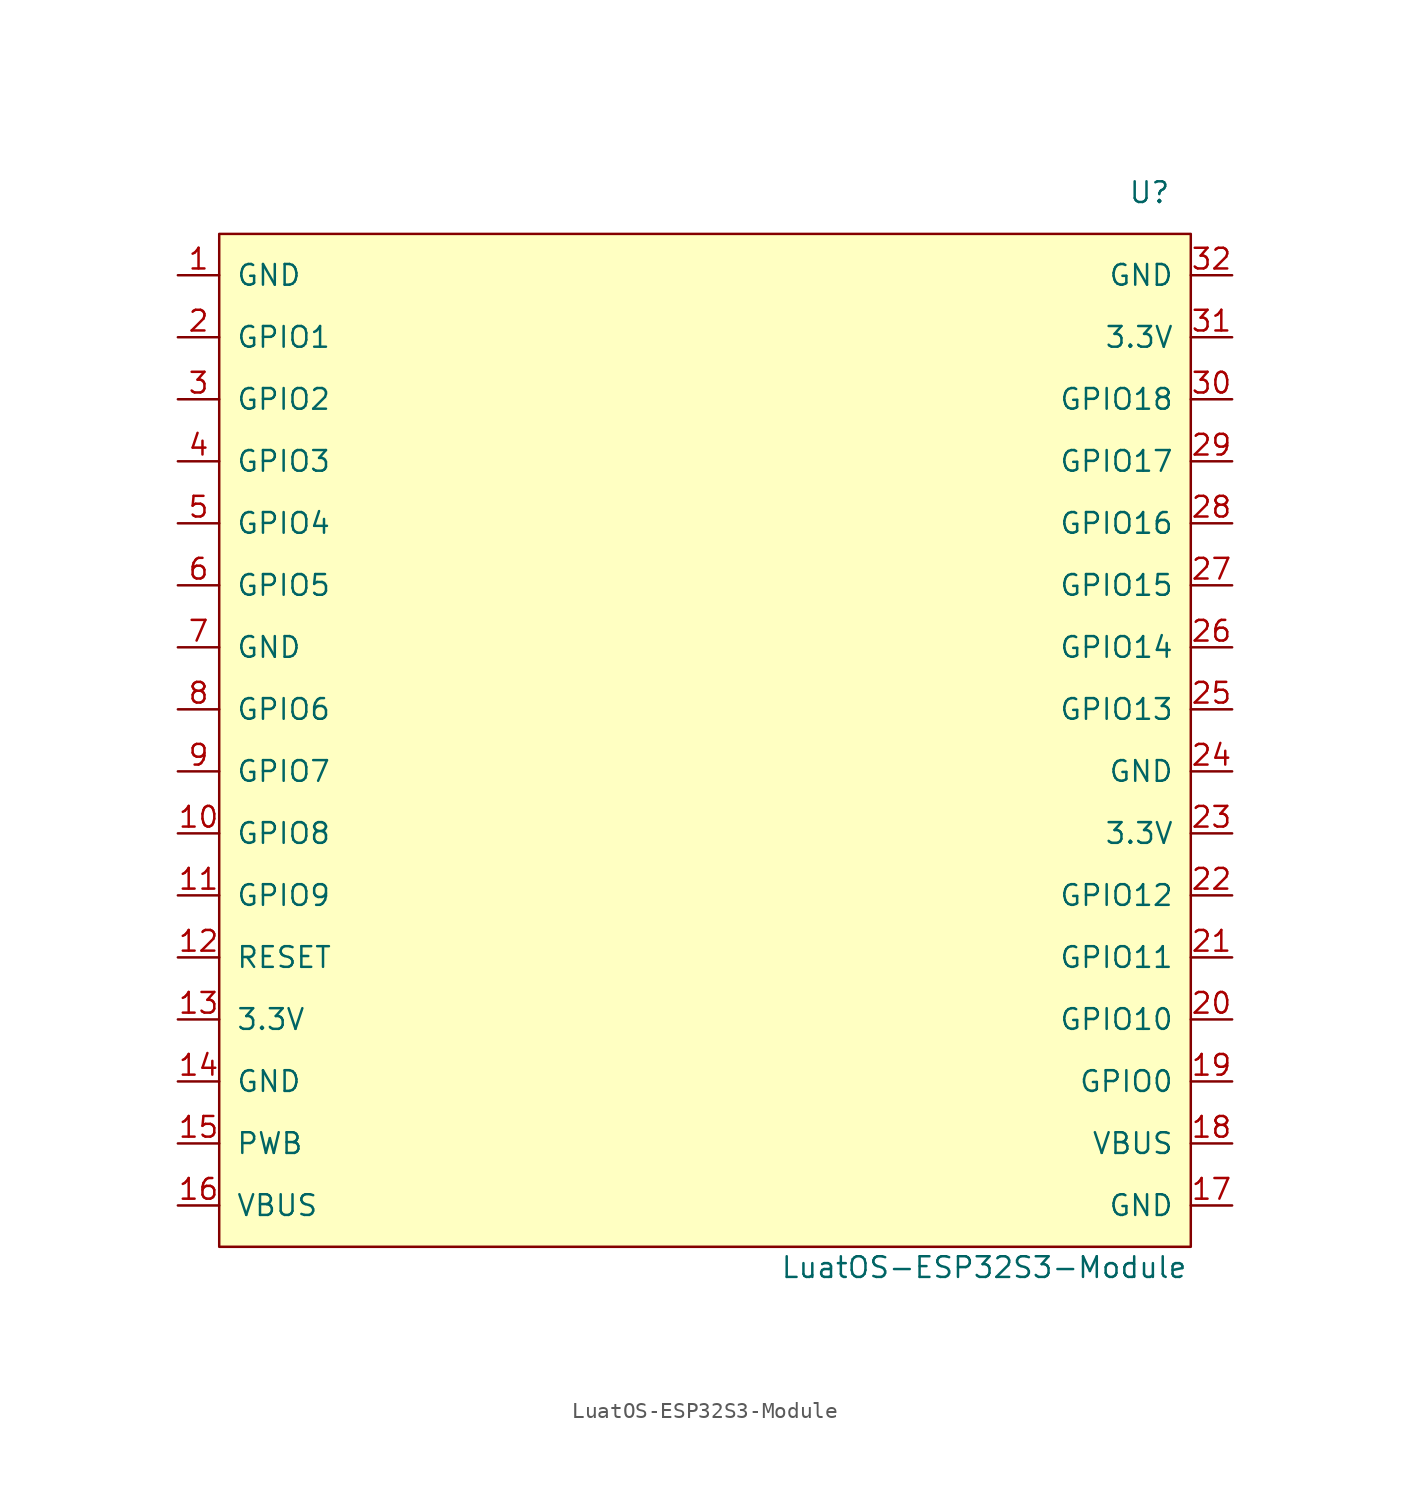
<source format=kicad_sym>
(kicad_symbol_lib
  (version 20211014)
  (generator kicad_symbol_editor)
  (symbol "LuatOS-ESP32S3-Module"
    (pin_names
      (offset 1.016))
    (property "Reference" "U"
      (at 27.305 33.655 0)
      (effects (font (size 1.27 1.27))))
    (property "Value" "LuatOS-ESP32S3-Module"
      (at 17.145 -32.385 0)
      (effects (font (size 1.27 1.27))))
    (symbol "LuatOS-ESP32S3-Module_0_1"
      (rectangle (start -29.845 31.115) (end 29.845 -31.115) (stroke (width 0) (type default) (color 0 0 0 0)) (fill (type background))))
    (symbol "LuatOS-ESP32S3-Module_1_1"
      (pin power_in line (at -32.385 28.575 0) (length 2.54) (name "GND" (effects (font (size 1.27 1.27)))) (number "1" (effects (font (size 1.27 1.27)))))
      (pin bidirectional line (at -32.385 -5.715 0) (length 2.54) (name "GPIO8" (effects (font (size 1.27 1.27)))) (number "10" (effects (font (size 1.27 1.27)))))
      (pin bidirectional line (at -32.385 -9.525 0) (length 2.54) (name "GPIO9" (effects (font (size 1.27 1.27)))) (number "11" (effects (font (size 1.27 1.27)))))
      (pin bidirectional line (at -32.385 -13.335 0) (length 2.54) (name "RESET" (effects (font (size 1.27 1.27)))) (number "12" (effects (font (size 1.27 1.27)))))
      (pin power_in line (at -32.385 -17.145 0) (length 2.54) (name "3.3V" (effects (font (size 1.27 1.27)))) (number "13" (effects (font (size 1.27 1.27)))))
      (pin power_in line (at -32.385 -20.955 0) (length 2.54) (name "GND" (effects (font (size 1.27 1.27)))) (number "14" (effects (font (size 1.27 1.27)))))
      (pin bidirectional line (at -32.385 -24.765 0) (length 2.54) (name "PWB" (effects (font (size 1.27 1.27)))) (number "15" (effects (font (size 1.27 1.27)))))
      (pin power_out line (at -32.385 -28.575 0) (length 2.54) (name "VBUS" (effects (font (size 1.27 1.27)))) (number "16" (effects (font (size 1.27 1.27)))))
      (pin power_in line (at 32.385 -28.575 180) (length 2.54) (name "GND" (effects (font (size 1.27 1.27)))) (number "17" (effects (font (size 1.27 1.27)))))
      (pin power_out line (at 32.385 -24.765 180) (length 2.54) (name "VBUS" (effects (font (size 1.27 1.27)))) (number "18" (effects (font (size 1.27 1.27)))))
      (pin bidirectional line (at 32.385 -20.955 180) (length 2.54) (name "GPIO0" (effects (font (size 1.27 1.27)))) (number "19" (effects (font (size 1.27 1.27)))))
      (pin bidirectional line (at -32.385 24.765 0) (length 2.54) (name "GPIO1" (effects (font (size 1.27 1.27)))) (number "2" (effects (font (size 1.27 1.27)))))
      (pin bidirectional line (at 32.385 -17.145 180) (length 2.54) (name "GPIO10" (effects (font (size 1.27 1.27)))) (number "20" (effects (font (size 1.27 1.27)))))
      (pin bidirectional line (at 32.385 -13.335 180) (length 2.54) (name "GPIO11" (effects (font (size 1.27 1.27)))) (number "21" (effects (font (size 1.27 1.27)))))
      (pin bidirectional line (at 32.385 -9.525 180) (length 2.54) (name "GPIO12" (effects (font (size 1.27 1.27)))) (number "22" (effects (font (size 1.27 1.27)))))
      (pin power_in line (at 32.385 -5.715 180) (length 2.54) (name "3.3V" (effects (font (size 1.27 1.27)))) (number "23" (effects (font (size 1.27 1.27)))))
      (pin power_in line (at 32.385 -1.905 180) (length 2.54) (name "GND" (effects (font (size 1.27 1.27)))) (number "24" (effects (font (size 1.27 1.27)))))
      (pin bidirectional line (at 32.385 1.905 180) (length 2.54) (name "GPIO13" (effects (font (size 1.27 1.27)))) (number "25" (effects (font (size 1.27 1.27)))))
      (pin bidirectional line (at 32.385 5.715 180) (length 2.54) (name "GPIO14" (effects (font (size 1.27 1.27)))) (number "26" (effects (font (size 1.27 1.27)))))
      (pin bidirectional line (at 32.385 9.525 180) (length 2.54) (name "GPIO15" (effects (font (size 1.27 1.27)))) (number "27" (effects (font (size 1.27 1.27)))))
      (pin bidirectional line (at 32.385 13.335 180) (length 2.54) (name "GPIO16" (effects (font (size 1.27 1.27)))) (number "28" (effects (font (size 1.27 1.27)))))
      (pin bidirectional line (at 32.385 17.145 180) (length 2.54) (name "GPIO17" (effects (font (size 1.27 1.27)))) (number "29" (effects (font (size 1.27 1.27)))))
      (pin bidirectional line (at -32.385 20.955 0) (length 2.54) (name "GPIO2" (effects (font (size 1.27 1.27)))) (number "3" (effects (font (size 1.27 1.27)))))
      (pin bidirectional line (at 32.385 20.955 180) (length 2.54) (name "GPIO18" (effects (font (size 1.27 1.27)))) (number "30" (effects (font (size 1.27 1.27)))))
      (pin power_in line (at 32.385 24.765 180) (length 2.54) (name "3.3V" (effects (font (size 1.27 1.27)))) (number "31" (effects (font (size 1.27 1.27)))))
      (pin power_in line (at 32.385 28.575 180) (length 2.54) (name "GND" (effects (font (size 1.27 1.27)))) (number "32" (effects (font (size 1.27 1.27)))))
      (pin bidirectional line (at -32.385 17.145 0) (length 2.54) (name "GPIO3" (effects (font (size 1.27 1.27)))) (number "4" (effects (font (size 1.27 1.27)))))
      (pin bidirectional line (at -32.385 13.335 0) (length 2.54) (name "GPIO4" (effects (font (size 1.27 1.27)))) (number "5" (effects (font (size 1.27 1.27)))))
      (pin bidirectional line (at -32.385 9.525 0) (length 2.54) (name "GPIO5" (effects (font (size 1.27 1.27)))) (number "6" (effects (font (size 1.27 1.27)))))
      (pin power_in line (at -32.385 5.715 0) (length 2.54) (name "GND" (effects (font (size 1.27 1.27)))) (number "7" (effects (font (size 1.27 1.27)))))
      (pin bidirectional line (at -32.385 1.905 0) (length 2.54) (name "GPIO6" (effects (font (size 1.27 1.27)))) (number "8" (effects (font (size 1.27 1.27)))))
      (pin bidirectional line (at -32.385 -1.905 0) (length 2.54) (name "GPIO7" (effects (font (size 1.27 1.27)))) (number "9" (effects (font (size 1.27 1.27))))))))
</source>
